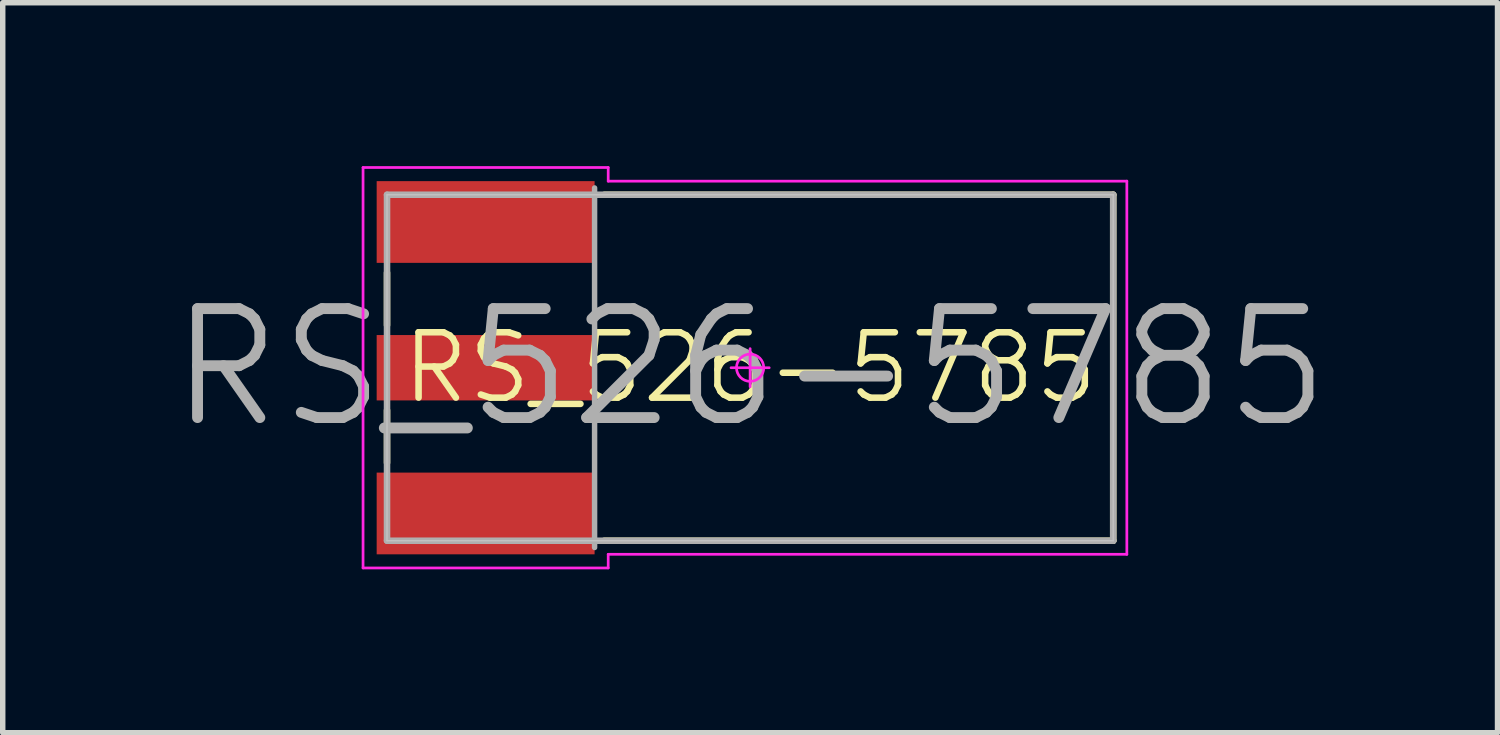
<source format=kicad_pcb>
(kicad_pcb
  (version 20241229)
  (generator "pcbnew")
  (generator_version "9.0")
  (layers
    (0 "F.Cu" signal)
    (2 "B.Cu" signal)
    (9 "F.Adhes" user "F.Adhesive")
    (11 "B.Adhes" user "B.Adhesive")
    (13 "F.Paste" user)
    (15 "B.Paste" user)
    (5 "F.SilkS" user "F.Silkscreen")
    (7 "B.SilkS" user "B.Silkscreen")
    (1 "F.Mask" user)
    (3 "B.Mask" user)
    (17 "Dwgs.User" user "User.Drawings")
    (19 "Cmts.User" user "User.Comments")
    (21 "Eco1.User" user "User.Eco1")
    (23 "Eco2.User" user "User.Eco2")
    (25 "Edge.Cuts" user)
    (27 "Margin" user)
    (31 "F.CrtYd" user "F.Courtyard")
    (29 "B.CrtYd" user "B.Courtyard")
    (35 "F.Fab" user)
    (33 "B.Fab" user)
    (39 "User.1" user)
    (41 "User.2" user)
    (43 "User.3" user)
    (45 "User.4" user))
  (footprint "RS_526-5785"
    (layer "F.Cu")
    (at 10.719 3.7)
    (property "Reference" "RS_526-5785" (at 0 0 0) (layer "F.SilkS") (effects (font (size 1.2 1.2) (thickness 0.12))))
    (attr smd)
    (fp_line (start -6.665 -0.78) (end -6.665 -1.745) (stroke (width 0.12) (type solid)) (layer "F.SilkS"))
    (fp_line (start -6.665 1.745) (end -6.665 0.78) (stroke (width 0.12) (type solid)) (layer "F.SilkS"))
    (fp_line (start -2.675 -3.175) (end 6.665 -3.175) (stroke (width 0.12) (type solid)) (layer "F.SilkS"))
    (fp_line (start 6.665 -3.175) (end 6.665 3.175) (stroke (width 0.12) (type solid)) (layer "F.SilkS"))
    (fp_line (start 6.665 3.175) (end -2.675 3.175) (stroke (width 0.12) (type solid)) (layer "F.SilkS"))
    (fp_line (start -6.665 -3.175) (end 6.665 -3.175) (stroke (width 0.025) (type solid)) (layer "Dwgs.User"))
    (fp_line (start -6.665 3.175) (end -6.665 -3.175) (stroke (width 0.025) (type solid)) (layer "Dwgs.User"))
    (fp_line (start 6.665 -3.175) (end 6.665 3.175) (stroke (width 0.025) (type solid)) (layer "Dwgs.User"))
    (fp_line (start 6.665 3.175) (end -6.665 3.175) (stroke (width 0.025) (type solid)) (layer "Dwgs.User"))
    (fp_line (start -7.105 -3.675) (end -7.105 3.675) (stroke (width 0.05) (type solid)) (layer "F.CrtYd"))
    (fp_line (start -7.105 3.675) (end -2.605 3.675) (stroke (width 0.05) (type solid)) (layer "F.CrtYd"))
    (fp_line (start -2.605 -3.675) (end -7.105 -3.675) (stroke (width 0.05) (type solid)) (layer "F.CrtYd"))
    (fp_line (start -2.605 -3.425) (end -2.605 -3.675) (stroke (width 0.05) (type solid)) (layer "F.CrtYd"))
    (fp_line (start -2.605 3.425) (end 6.915 3.425) (stroke (width 0.05) (type solid)) (layer "F.CrtYd"))
    (fp_line (start -2.605 3.675) (end -2.605 3.425) (stroke (width 0.05) (type solid)) (layer "F.CrtYd"))
    (fp_line (start 0 -0.35) (end 0 0.35) (stroke (width 0.05) (type solid)) (layer "F.CrtYd"))
    (fp_line (start 0.35 0) (end -0.35 0) (stroke (width 0.05) (type solid)) (layer "F.CrtYd"))
    (fp_line (start 6.915 -3.425) (end -2.605 -3.425) (stroke (width 0.05) (type solid)) (layer "F.CrtYd"))
    (fp_line (start 6.915 3.425) (end 6.915 -3.425) (stroke (width 0.05) (type solid)) (layer "F.CrtYd"))
    (fp_circle (center 0 0) (end 0 0.25) (stroke (width 0.05) (type solid)) (fill no) (layer "F.CrtYd"))
    (fp_line (start -6.665 -3.175) (end 6.665 -3.175) (stroke (width 0.12) (type solid)) (layer "F.Fab"))
    (fp_line (start -6.665 3.175) (end -6.665 -3.175) (stroke (width 0.12) (type solid)) (layer "F.Fab"))
    (fp_line (start -2.855 3.3) (end -2.855 -3.3) (stroke (width 0.1) (type solid)) (layer "F.Fab"))
    (fp_line (start 6.665 -3.175) (end 6.665 3.175) (stroke (width 0.12) (type solid)) (layer "F.Fab"))
    (fp_line (start 6.665 3.175) (end -6.665 3.175) (stroke (width 0.12) (type solid)) (layer "F.Fab"))
    (fp_text user "${REFERENCE}" (at 0 0 0) (layer "F.Fab") (effects (font (size 2 2) (thickness 0.2))))
    (pad "1" smd rect (at -4.855 -2.675) (size 4 1.5) (layers "F.Cu" "F.Mask" "F.Paste"))
    (pad "2" smd rect (at -4.855 0) (size 4 1.2) (layers "F.Cu" "F.Mask" "F.Paste"))
    (pad "3" smd rect (at -4.855 2.675) (size 4 1.5) (layers "F.Cu" "F.Mask" "F.Paste")))
  (gr_rect
    (start -3 -3)
    (end 24.438 10.4)
    (stroke (width 0.1) (type default))
    (fill no)
    (layer "Edge.Cuts")))
</source>
